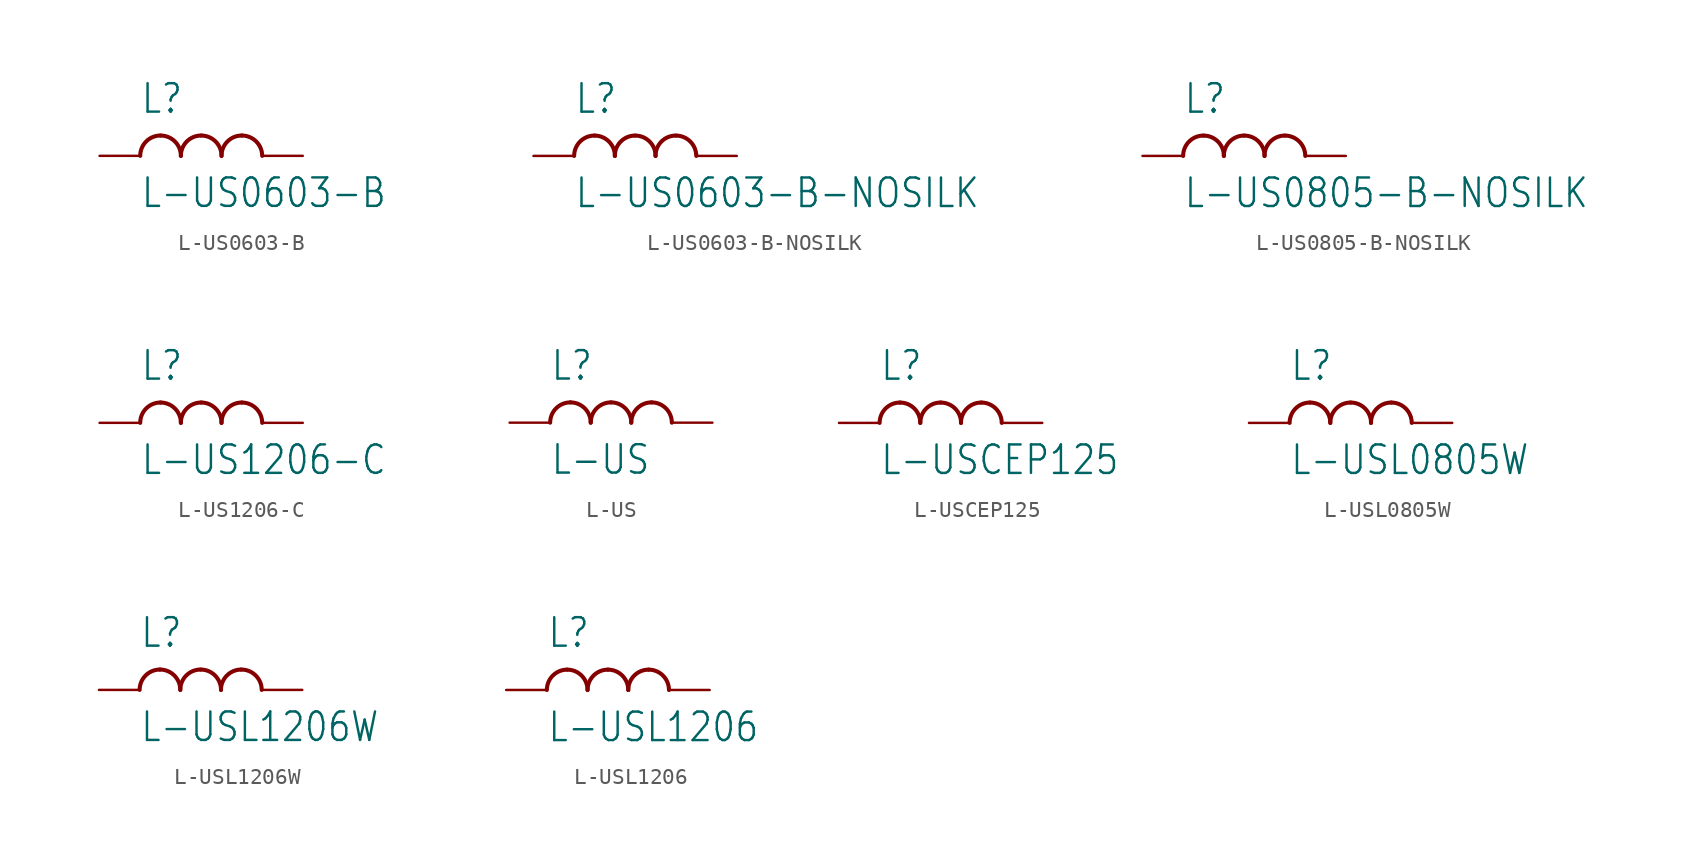
<source format=kicad_sym>
(kicad_symbol_lib
  (version 20211014)
  (generator kicad_symbol_editor)
  (symbol "L-US0603-B"
    (property "Reference" "L"
      (at -5.08 2.54 0)
      (effects (font (size 1.778 1.511)) (justify left bottom)))
    (property "Value" "L-US0603-B"
      (at -5.08 -1.27 0)
      (effects (font (size 1.778 1.511)) (justify left top)))
    (property "ki_locked" ""
      (at 0 0 0)
      (effects (font (size 1.27 1.27))))
    (symbol "L-US0603-B_1_0"
      (arc (start -3.81 1.27) (mid -4.708 0.898) (end -5.08 0) (stroke (width 0.254) (type default) (color 0 0 0 0)) (fill (type none)))
      (arc (start -2.54 0) (mid -2.912 0.898) (end -3.81 1.27) (stroke (width 0.254) (type default) (color 0 0 0 0)) (fill (type none)))
      (arc (start -1.27 1.27) (mid -2.168 0.898) (end -2.54 0) (stroke (width 0.254) (type default) (color 0 0 0 0)) (fill (type none)))
      (arc (start 0 0) (mid -0.372 0.898) (end -1.27 1.27) (stroke (width 0.254) (type default) (color 0 0 0 0)) (fill (type none)))
      (arc (start 1.27 1.27) (mid 0.372 0.898) (end 0 0) (stroke (width 0.254) (type default) (color 0 0 0 0)) (fill (type none)))
      (arc (start 2.54 0) (mid 2.168 0.898) (end 1.27 1.27) (stroke (width 0.254) (type default) (color 0 0 0 0)) (fill (type none)))
      (pin passive line (at -7.62 0 0) (length 2.54) (name "1" (effects (font (size 0 0)))) (number "1" (effects (font (size 0 0)))))
      (pin passive line (at 5.08 0 180) (length 2.54) (name "2" (effects (font (size 0 0)))) (number "2" (effects (font (size 0 0)))))))
  (symbol "L-US0603-B-NOSILK"
    (property "Reference" "L"
      (at -5.08 2.54 0)
      (effects (font (size 1.778 1.511)) (justify left bottom)))
    (property "Value" "L-US0603-B-NOSILK"
      (at -5.08 -1.27 0)
      (effects (font (size 1.778 1.511)) (justify left top)))
    (property "ki_locked" ""
      (at 0 0 0)
      (effects (font (size 1.27 1.27))))
    (symbol "L-US0603-B-NOSILK_1_0"
      (arc (start -3.81 1.27) (mid -4.708 0.898) (end -5.08 0) (stroke (width 0.254) (type default) (color 0 0 0 0)) (fill (type none)))
      (arc (start -2.54 0) (mid -2.912 0.898) (end -3.81 1.27) (stroke (width 0.254) (type default) (color 0 0 0 0)) (fill (type none)))
      (arc (start -1.27 1.27) (mid -2.168 0.898) (end -2.54 0) (stroke (width 0.254) (type default) (color 0 0 0 0)) (fill (type none)))
      (arc (start 0 0) (mid -0.372 0.898) (end -1.27 1.27) (stroke (width 0.254) (type default) (color 0 0 0 0)) (fill (type none)))
      (arc (start 1.27 1.27) (mid 0.372 0.898) (end 0 0) (stroke (width 0.254) (type default) (color 0 0 0 0)) (fill (type none)))
      (arc (start 2.54 0) (mid 2.168 0.898) (end 1.27 1.27) (stroke (width 0.254) (type default) (color 0 0 0 0)) (fill (type none)))
      (pin passive line (at -7.62 0 0) (length 2.54) (name "1" (effects (font (size 0 0)))) (number "1" (effects (font (size 0 0)))))
      (pin passive line (at 5.08 0 180) (length 2.54) (name "2" (effects (font (size 0 0)))) (number "2" (effects (font (size 0 0)))))))
  (symbol "L-US0805-B-NOSILK"
    (property "Reference" "L"
      (at -5.08 2.54 0)
      (effects (font (size 1.778 1.511)) (justify left bottom)))
    (property "Value" "L-US0805-B-NOSILK"
      (at -5.08 -1.27 0)
      (effects (font (size 1.778 1.511)) (justify left top)))
    (property "ki_locked" ""
      (at 0 0 0)
      (effects (font (size 1.27 1.27))))
    (symbol "L-US0805-B-NOSILK_1_0"
      (arc (start -3.81 1.27) (mid -4.708 0.898) (end -5.08 0) (stroke (width 0.254) (type default) (color 0 0 0 0)) (fill (type none)))
      (arc (start -2.54 0) (mid -2.912 0.898) (end -3.81 1.27) (stroke (width 0.254) (type default) (color 0 0 0 0)) (fill (type none)))
      (arc (start -1.27 1.27) (mid -2.168 0.898) (end -2.54 0) (stroke (width 0.254) (type default) (color 0 0 0 0)) (fill (type none)))
      (arc (start 0 0) (mid -0.372 0.898) (end -1.27 1.27) (stroke (width 0.254) (type default) (color 0 0 0 0)) (fill (type none)))
      (arc (start 1.27 1.27) (mid 0.372 0.898) (end 0 0) (stroke (width 0.254) (type default) (color 0 0 0 0)) (fill (type none)))
      (arc (start 2.54 0) (mid 2.168 0.898) (end 1.27 1.27) (stroke (width 0.254) (type default) (color 0 0 0 0)) (fill (type none)))
      (pin passive line (at -7.62 0 0) (length 2.54) (name "1" (effects (font (size 0 0)))) (number "1" (effects (font (size 0 0)))))
      (pin passive line (at 5.08 0 180) (length 2.54) (name "2" (effects (font (size 0 0)))) (number "2" (effects (font (size 0 0)))))))
  (symbol "L-US1206-C"
    (property "Reference" "L"
      (at -5.08 2.54 0)
      (effects (font (size 1.778 1.511)) (justify left bottom)))
    (property "Value" "L-US1206-C"
      (at -5.08 -1.27 0)
      (effects (font (size 1.778 1.511)) (justify left top)))
    (property "ki_locked" ""
      (at 0 0 0)
      (effects (font (size 1.27 1.27))))
    (symbol "L-US1206-C_1_0"
      (arc (start -3.81 1.27) (mid -4.708 0.898) (end -5.08 0) (stroke (width 0.254) (type default) (color 0 0 0 0)) (fill (type none)))
      (arc (start -2.54 0) (mid -2.912 0.898) (end -3.81 1.27) (stroke (width 0.254) (type default) (color 0 0 0 0)) (fill (type none)))
      (arc (start -1.27 1.27) (mid -2.168 0.898) (end -2.54 0) (stroke (width 0.254) (type default) (color 0 0 0 0)) (fill (type none)))
      (arc (start 0 0) (mid -0.372 0.898) (end -1.27 1.27) (stroke (width 0.254) (type default) (color 0 0 0 0)) (fill (type none)))
      (arc (start 1.27 1.27) (mid 0.372 0.898) (end 0 0) (stroke (width 0.254) (type default) (color 0 0 0 0)) (fill (type none)))
      (arc (start 2.54 0) (mid 2.168 0.898) (end 1.27 1.27) (stroke (width 0.254) (type default) (color 0 0 0 0)) (fill (type none)))
      (pin passive line (at -7.62 0 0) (length 2.54) (name "1" (effects (font (size 0 0)))) (number "1" (effects (font (size 0 0)))))
      (pin passive line (at 5.08 0 180) (length 2.54) (name "2" (effects (font (size 0 0)))) (number "2" (effects (font (size 0 0)))))))
  (symbol "L-US"
    (property "Reference" "L"
      (at -5.08 2.54 0)
      (effects (font (size 1.778 1.511)) (justify left bottom)))
    (property "Value" "L-US"
      (at -5.08 -1.27 0)
      (effects (font (size 1.778 1.511)) (justify left top)))
    (property "ki_locked" ""
      (at 0 0 0)
      (effects (font (size 1.27 1.27))))
    (symbol "L-US_1_0"
      (arc (start -3.81 1.27) (mid -4.708 0.898) (end -5.08 0) (stroke (width 0.254) (type default) (color 0 0 0 0)) (fill (type none)))
      (arc (start -2.54 0) (mid -2.912 0.898) (end -3.81 1.27) (stroke (width 0.254) (type default) (color 0 0 0 0)) (fill (type none)))
      (arc (start -1.27 1.27) (mid -2.168 0.898) (end -2.54 0) (stroke (width 0.254) (type default) (color 0 0 0 0)) (fill (type none)))
      (arc (start 0 0) (mid -0.372 0.898) (end -1.27 1.27) (stroke (width 0.254) (type default) (color 0 0 0 0)) (fill (type none)))
      (arc (start 1.27 1.27) (mid 0.372 0.898) (end 0 0) (stroke (width 0.254) (type default) (color 0 0 0 0)) (fill (type none)))
      (arc (start 2.54 0) (mid 2.168 0.898) (end 1.27 1.27) (stroke (width 0.254) (type default) (color 0 0 0 0)) (fill (type none)))
      (pin passive line (at 5.08 0 180) (length 2.54) (name "2" (effects (font (size 0 0)))) (number "1" (effects (font (size 0 0)))))
      (pin passive line (at -7.62 0 0) (length 2.54) (name "1" (effects (font (size 0 0)))) (number "2" (effects (font (size 0 0)))))))
  (symbol "L-USCEP125"
    (property "Reference" "L"
      (at -5.08 2.54 0)
      (effects (font (size 1.778 1.511)) (justify left bottom)))
    (property "Value" "L-USCEP125"
      (at -5.08 -1.27 0)
      (effects (font (size 1.778 1.511)) (justify left top)))
    (property "ki_locked" ""
      (at 0 0 0)
      (effects (font (size 1.27 1.27))))
    (symbol "L-USCEP125_1_0"
      (arc (start -3.81 1.27) (mid -4.708 0.898) (end -5.08 0) (stroke (width 0.254) (type default) (color 0 0 0 0)) (fill (type none)))
      (arc (start -2.54 0) (mid -2.912 0.898) (end -3.81 1.27) (stroke (width 0.254) (type default) (color 0 0 0 0)) (fill (type none)))
      (arc (start -1.27 1.27) (mid -2.168 0.898) (end -2.54 0) (stroke (width 0.254) (type default) (color 0 0 0 0)) (fill (type none)))
      (arc (start 0 0) (mid -0.372 0.898) (end -1.27 1.27) (stroke (width 0.254) (type default) (color 0 0 0 0)) (fill (type none)))
      (arc (start 1.27 1.27) (mid 0.372 0.898) (end 0 0) (stroke (width 0.254) (type default) (color 0 0 0 0)) (fill (type none)))
      (arc (start 2.54 0) (mid 2.168 0.898) (end 1.27 1.27) (stroke (width 0.254) (type default) (color 0 0 0 0)) (fill (type none)))
      (pin passive line (at -7.62 0 0) (length 2.54) (name "1" (effects (font (size 0 0)))) (number "1" (effects (font (size 0 0)))))
      (pin passive line (at 5.08 0 180) (length 2.54) (name "2" (effects (font (size 0 0)))) (number "2" (effects (font (size 0 0)))))))
  (symbol "L-USL0805W"
    (property "Reference" "L"
      (at -5.08 2.54 0)
      (effects (font (size 1.778 1.511)) (justify left bottom)))
    (property "Value" "L-USL0805W"
      (at -5.08 -1.27 0)
      (effects (font (size 1.778 1.511)) (justify left top)))
    (property "ki_locked" ""
      (at 0 0 0)
      (effects (font (size 1.27 1.27))))
    (symbol "L-USL0805W_1_0"
      (arc (start -3.81 1.27) (mid -4.708 0.898) (end -5.08 0) (stroke (width 0.254) (type default) (color 0 0 0 0)) (fill (type none)))
      (arc (start -2.54 0) (mid -2.912 0.898) (end -3.81 1.27) (stroke (width 0.254) (type default) (color 0 0 0 0)) (fill (type none)))
      (arc (start -1.27 1.27) (mid -2.168 0.898) (end -2.54 0) (stroke (width 0.254) (type default) (color 0 0 0 0)) (fill (type none)))
      (arc (start 0 0) (mid -0.372 0.898) (end -1.27 1.27) (stroke (width 0.254) (type default) (color 0 0 0 0)) (fill (type none)))
      (arc (start 1.27 1.27) (mid 0.372 0.898) (end 0 0) (stroke (width 0.254) (type default) (color 0 0 0 0)) (fill (type none)))
      (arc (start 2.54 0) (mid 2.168 0.898) (end 1.27 1.27) (stroke (width 0.254) (type default) (color 0 0 0 0)) (fill (type none)))
      (pin passive line (at -7.62 0 0) (length 2.54) (name "1" (effects (font (size 0 0)))) (number "1" (effects (font (size 0 0)))))
      (pin passive line (at 5.08 0 180) (length 2.54) (name "2" (effects (font (size 0 0)))) (number "2" (effects (font (size 0 0)))))))
  (symbol "L-USL1206W"
    (property "Reference" "L"
      (at -5.08 2.54 0)
      (effects (font (size 1.778 1.511)) (justify left bottom)))
    (property "Value" "L-USL1206W"
      (at -5.08 -1.27 0)
      (effects (font (size 1.778 1.511)) (justify left top)))
    (property "ki_locked" ""
      (at 0 0 0)
      (effects (font (size 1.27 1.27))))
    (symbol "L-USL1206W_1_0"
      (arc (start -3.81 1.27) (mid -4.708 0.898) (end -5.08 0) (stroke (width 0.254) (type default) (color 0 0 0 0)) (fill (type none)))
      (arc (start -2.54 0) (mid -2.912 0.898) (end -3.81 1.27) (stroke (width 0.254) (type default) (color 0 0 0 0)) (fill (type none)))
      (arc (start -1.27 1.27) (mid -2.168 0.898) (end -2.54 0) (stroke (width 0.254) (type default) (color 0 0 0 0)) (fill (type none)))
      (arc (start 0 0) (mid -0.372 0.898) (end -1.27 1.27) (stroke (width 0.254) (type default) (color 0 0 0 0)) (fill (type none)))
      (arc (start 1.27 1.27) (mid 0.372 0.898) (end 0 0) (stroke (width 0.254) (type default) (color 0 0 0 0)) (fill (type none)))
      (arc (start 2.54 0) (mid 2.168 0.898) (end 1.27 1.27) (stroke (width 0.254) (type default) (color 0 0 0 0)) (fill (type none)))
      (pin passive line (at -7.62 0 0) (length 2.54) (name "1" (effects (font (size 0 0)))) (number "1" (effects (font (size 0 0)))))
      (pin passive line (at 5.08 0 180) (length 2.54) (name "2" (effects (font (size 0 0)))) (number "2" (effects (font (size 0 0)))))))
  (symbol "L-USL1206"
    (property "Reference" "L"
      (at -5.08 2.54 0)
      (effects (font (size 1.778 1.511)) (justify left bottom)))
    (property "Value" "L-USL1206"
      (at -5.08 -1.27 0)
      (effects (font (size 1.778 1.511)) (justify left top)))
    (property "ki_locked" ""
      (at 0 0 0)
      (effects (font (size 1.27 1.27))))
    (symbol "L-USL1206_1_0"
      (arc (start -3.81 1.27) (mid -4.708 0.898) (end -5.08 0) (stroke (width 0.254) (type default) (color 0 0 0 0)) (fill (type none)))
      (arc (start -2.54 0) (mid -2.912 0.898) (end -3.81 1.27) (stroke (width 0.254) (type default) (color 0 0 0 0)) (fill (type none)))
      (arc (start -1.27 1.27) (mid -2.168 0.898) (end -2.54 0) (stroke (width 0.254) (type default) (color 0 0 0 0)) (fill (type none)))
      (arc (start 0 0) (mid -0.372 0.898) (end -1.27 1.27) (stroke (width 0.254) (type default) (color 0 0 0 0)) (fill (type none)))
      (arc (start 1.27 1.27) (mid 0.372 0.898) (end 0 0) (stroke (width 0.254) (type default) (color 0 0 0 0)) (fill (type none)))
      (arc (start 2.54 0) (mid 2.168 0.898) (end 1.27 1.27) (stroke (width 0.254) (type default) (color 0 0 0 0)) (fill (type none)))
      (pin passive line (at -7.62 0 0) (length 2.54) (name "1" (effects (font (size 0 0)))) (number "1" (effects (font (size 0 0)))))
      (pin passive line (at 5.08 0 180) (length 2.54) (name "2" (effects (font (size 0 0)))) (number "2" (effects (font (size 0 0))))))))
</source>
